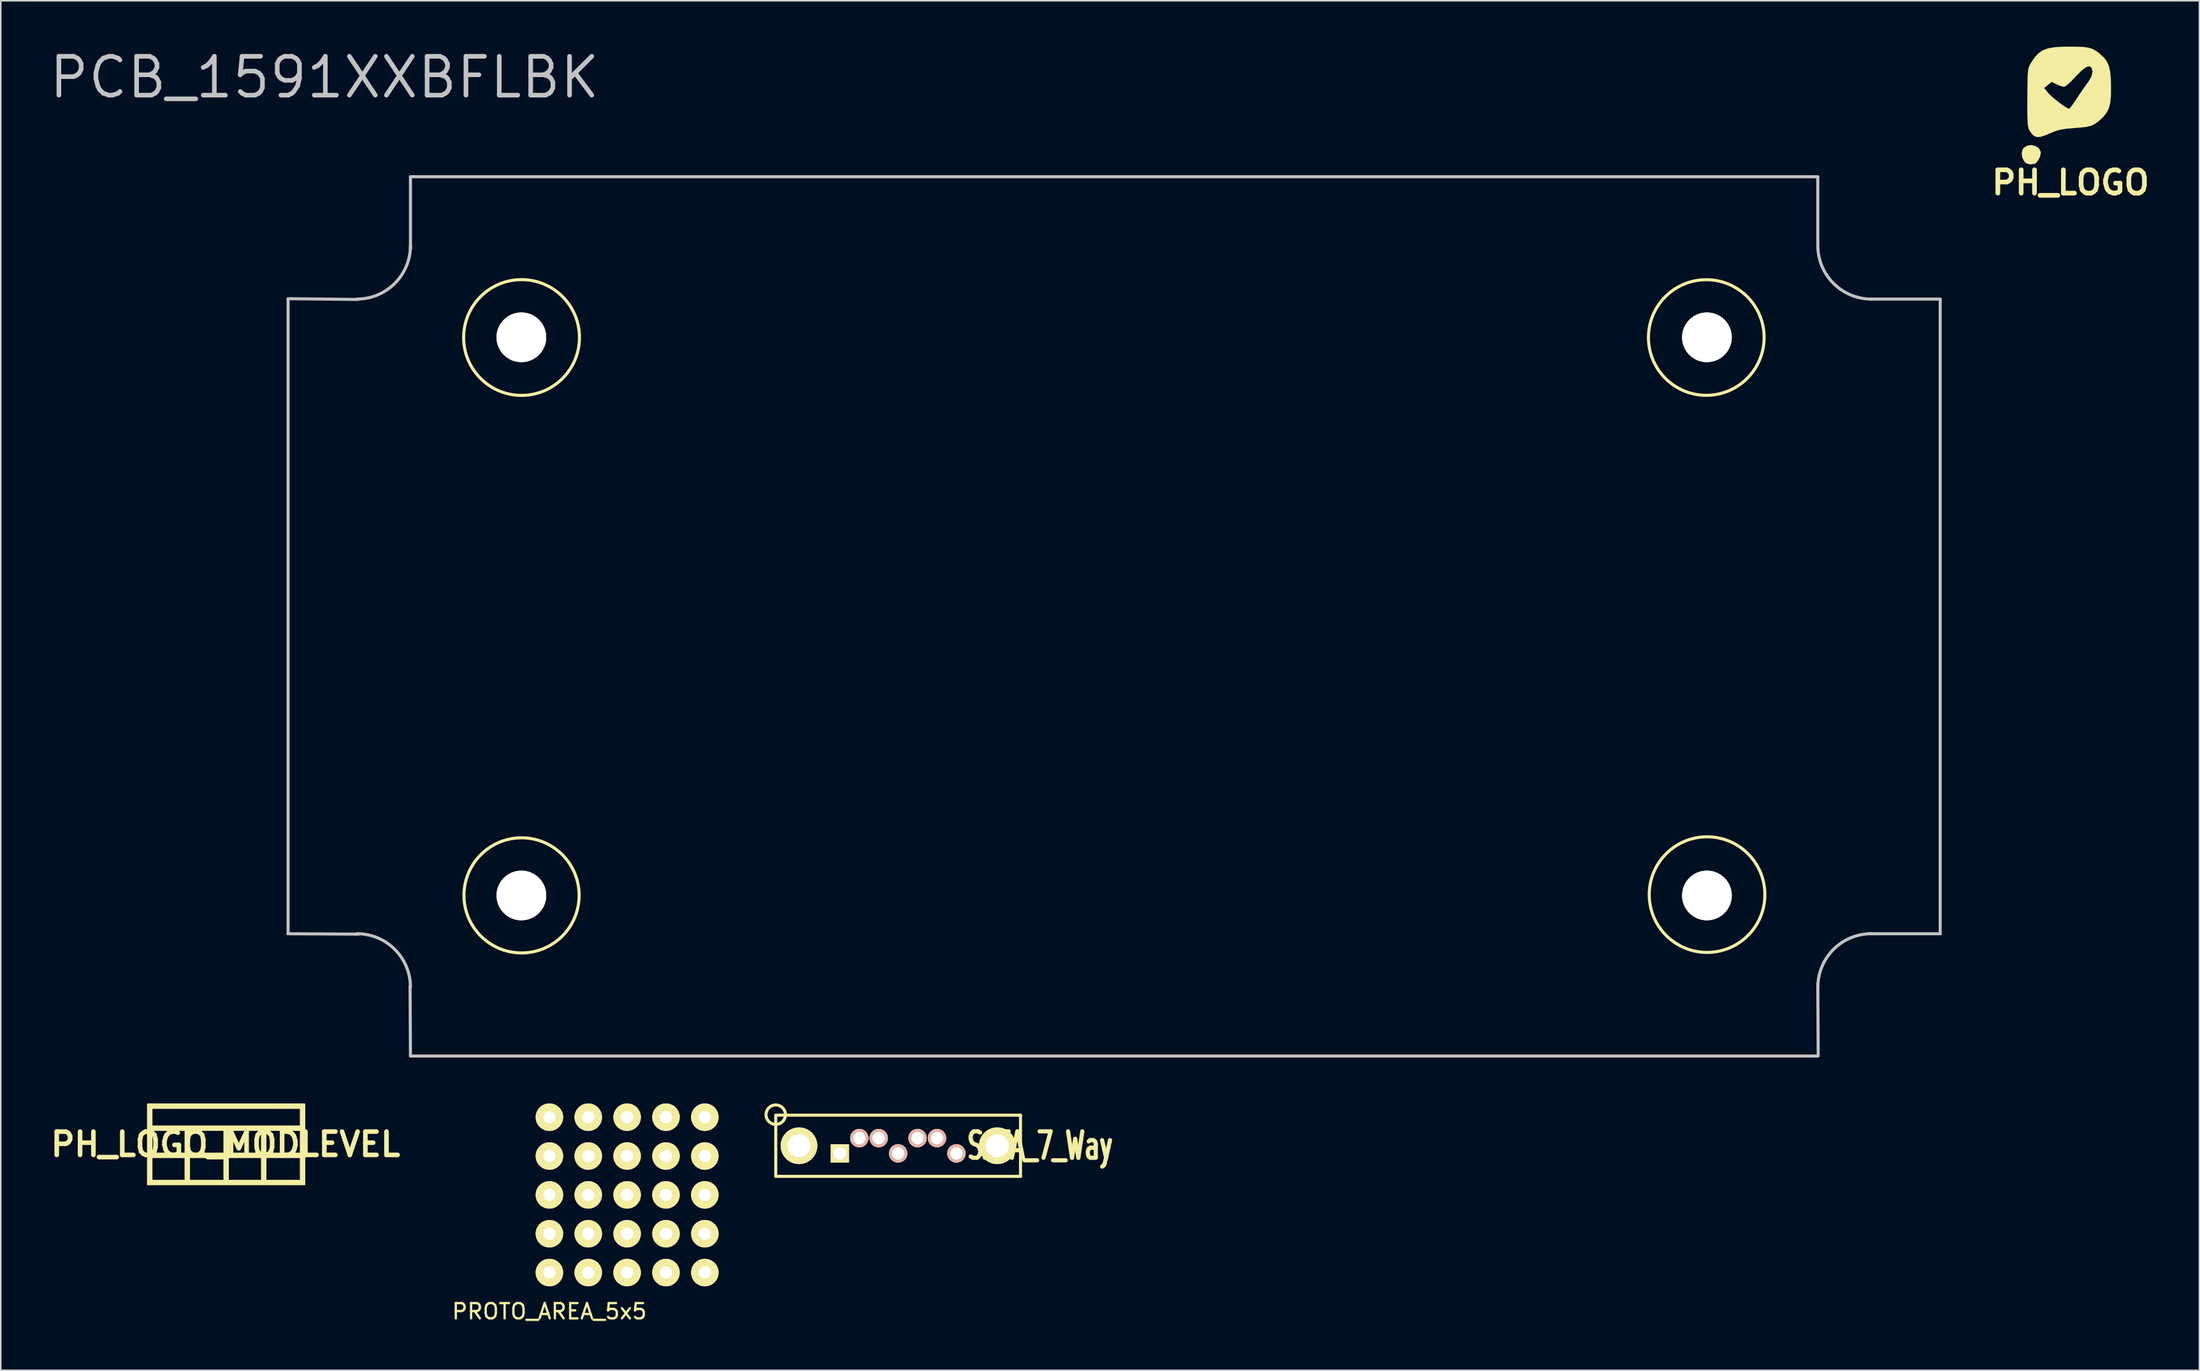
<source format=kicad_pcb>
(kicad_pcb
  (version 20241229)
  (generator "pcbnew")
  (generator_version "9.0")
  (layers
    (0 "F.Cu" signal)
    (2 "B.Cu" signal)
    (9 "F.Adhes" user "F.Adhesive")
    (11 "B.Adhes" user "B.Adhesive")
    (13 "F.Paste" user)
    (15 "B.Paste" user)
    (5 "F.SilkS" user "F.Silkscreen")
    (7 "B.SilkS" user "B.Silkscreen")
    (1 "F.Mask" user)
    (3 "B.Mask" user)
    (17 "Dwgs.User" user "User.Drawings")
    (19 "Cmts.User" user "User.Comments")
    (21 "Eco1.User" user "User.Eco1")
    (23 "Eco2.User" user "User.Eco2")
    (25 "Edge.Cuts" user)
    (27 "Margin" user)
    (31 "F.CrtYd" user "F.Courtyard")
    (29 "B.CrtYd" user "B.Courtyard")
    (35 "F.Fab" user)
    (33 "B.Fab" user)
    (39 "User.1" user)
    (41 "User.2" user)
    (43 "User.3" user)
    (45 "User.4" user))
  (footprint "PCB_1591XXBFLBK"
    (layer "F.Cu")
    (at 15.782 8.508)
    (property "Reference" "PCB_1591XXBFLBK" (at 2.375 -6.496 180) (layer "Dwgs.User") (effects (font (size 2.54 2.54) (thickness 0.3))))
    (attr exclude_from_pos_files exclude_from_bom)
    (fp_circle (center 15.262 10.513) (end 18.962 11.313) (stroke (width 0.2) (type solid)) (fill no) (layer "F.SilkS"))
    (fp_circle (center 15.262 46.994) (end 18.162 49.394) (stroke (width 0.2) (type solid)) (fill no) (layer "F.SilkS"))
    (fp_circle (center 92.708 10.513) (end 95.008 13.513) (stroke (width 0.2) (type solid)) (fill no) (layer "F.SilkS"))
    (fp_circle (center 92.759 46.944) (end 95.059 49.944) (stroke (width 0.2) (type solid)) (fill no) (layer "F.SilkS"))
    (fp_line (start -0.001 7.975) (end 4.571 8.025) (stroke (width 0.2) (type solid)) (layer "Dwgs.User"))
    (fp_line (start -0.001 49.504) (end 4.622 49.529) (stroke (width 0.2) (type solid)) (layer "Dwgs.User"))
    (fp_line (start 0 8) (end 0 49.5) (stroke (width 0.2) (type solid)) (layer "Dwgs.User"))
    (fp_line (start 8 -0.001) (end 8 4.749) (stroke (width 0.2) (type solid)) (layer "Dwgs.User"))
    (fp_line (start 8 0) (end 100 0) (stroke (width 0.2) (type solid)) (layer "Dwgs.User"))
    (fp_line (start 8 57.479) (end 7.975 52.933) (stroke (width 0.2) (type solid)) (layer "Dwgs.User"))
    (fp_line (start 8 57.5) (end 100 57.5) (stroke (width 0.2) (type solid)) (layer "Dwgs.User"))
    (fp_line (start 99.999 0.024) (end 99.999 4.215) (stroke (width 0.2) (type solid)) (layer "Dwgs.User"))
    (fp_line (start 99.999 4.215) (end 99.999 4.495) (stroke (width 0.2) (type solid)) (layer "Dwgs.User"))
    (fp_line (start 100.024 57.479) (end 99.999 52.78) (stroke (width 0.2) (type solid)) (layer "Dwgs.User"))
    (fp_line (start 103.453 8) (end 103.707 8) (stroke (width 0.2) (type solid)) (layer "Dwgs.User"))
    (fp_line (start 103.682 8) (end 108 8) (stroke (width 0.2) (type solid)) (layer "Dwgs.User"))
    (fp_line (start 108 49.504) (end 103.377 49.504) (stroke (width 0.2) (type solid)) (layer "Dwgs.User"))
    (fp_line (start 108 8) (end 108 49.5) (stroke (width 0.2) (type solid)) (layer "Dwgs.User"))
    (fp_arc (start 4.5 49.5) (mid 6.974874 50.525126) (end 8 53) (stroke (width 0.2) (type solid)) (layer "Dwgs.User"))
    (fp_arc (start 8 4.5) (mid 6.974874 6.974874) (end 4.5 8) (stroke (width 0.2) (type solid)) (layer "Dwgs.User"))
    (fp_arc (start 100 53) (mid 101.025126 50.525126) (end 103.5 49.5) (stroke (width 0.2) (type solid)) (layer "Dwgs.User"))
    (fp_arc (start 103.5 8) (mid 101.025126 6.974874) (end 100 4.5) (stroke (width 0.2) (type solid)) (layer "Dwgs.User"))
    (pad "" np_thru_hole circle (at 15.25 10.5) (size 3.25 3.25) (drill 3.25) (layers "*.Cu" "*.Mask" "F.SilkS"))
    (pad "" np_thru_hole circle (at 15.25 47) (size 3.25 3.25) (drill 3.25) (layers "*.Cu" "*.Mask" "F.SilkS"))
    (pad "" np_thru_hole circle (at 92.75 10.5) (size 3.25 3.25) (drill 3.25) (layers "*.Cu" "*.Mask" "F.SilkS"))
    (pad "" np_thru_hole circle (at 92.75 47) (size 3.25 3.25) (drill 3.25) (layers "*.Cu" "*.Mask" "F.SilkS")))
  (footprint "PH_LOGO_MODLEVEL"
    (layer "F.Cu")
    (at 11.691 71.783)
    (property "Reference" "PH_LOGO_MODLEVEL" (at 0 0 0) (layer "F.SilkS") (effects (font (size 1.524 1.524) (thickness 0.3))))
    (attr through_hole)
    (fp_poly (pts (xy 5.165 2.625) (xy 4.911 2.625) (xy 4.911 2.371) (xy 4.911 1.609) (xy 4.911 0.847) (xy 4.911 0.593) (xy 4.911 -0.169) (xy 4.911 -0.931) (xy 4.911 -1.185) (xy 4.911 -1.778) (xy 4.911 -2.371) (xy 0.042 -2.371) (xy -4.826 -2.371) (xy -4.826 -1.778) (xy -4.826 -1.185) (xy 0.042 -1.185) (xy 4.911 -1.185) (xy 4.911 -0.931) (xy 3.768 -0.931) (xy 2.625 -0.931) (xy 2.625 -0.169) (xy 2.625 0.593) (xy 3.768 0.593) (xy 4.911 0.593) (xy 4.911 0.847) (xy 3.768 0.847) (xy 2.625 0.847) (xy 2.625 1.609) (xy 2.625 2.371) (xy 3.768 2.371) (xy 4.911 2.371) (xy 4.911 2.625) (xy 2.371 2.625) (xy 2.371 2.371) (xy 2.371 1.609) (xy 2.371 0.847) (xy 2.371 0.593) (xy 2.371 -0.169) (xy 2.371 -0.931) (xy 1.27 -0.931) (xy 0.169 -0.931) (xy 0.169 -0.169) (xy 0.169 0.593) (xy 1.27 0.593) (xy 2.371 0.593) (xy 2.371 0.847) (xy 1.27 0.847) (xy 0.169 0.847) (xy 0.169 1.609) (xy 0.169 2.371) (xy 1.27 2.371) (xy 2.371 2.371) (xy 2.371 2.625) (xy 0.042 2.625) (xy -0.085 2.625) (xy -0.085 2.371) (xy -0.085 1.609) (xy -0.085 0.847) (xy -0.085 0.593) (xy -0.085 -0.169) (xy -0.085 -0.931) (xy -1.228 -0.931) (xy -2.371 -0.931) (xy -2.371 -0.169) (xy -2.371 0.593) (xy -1.228 0.593) (xy -0.085 0.593) (xy -0.085 0.847) (xy -1.228 0.847) (xy -2.371 0.847) (xy -2.371 1.609) (xy -2.371 2.371) (xy -1.228 2.371) (xy -0.085 2.371) (xy -0.085 2.625) (xy -2.625 2.625) (xy -2.625 2.371) (xy -2.625 1.609) (xy -2.625 0.847) (xy -2.625 0.593) (xy -2.625 -0.169) (xy -2.625 -0.931) (xy -3.725 -0.931) (xy -4.826 -0.931) (xy -4.826 -0.169) (xy -4.826 0.593) (xy -3.725 0.593) (xy -2.625 0.593) (xy -2.625 0.847) (xy -3.725 0.847) (xy -4.826 0.847) (xy -4.826 1.609) (xy -4.826 2.371) (xy -3.725 2.371) (xy -2.625 2.371) (xy -2.625 2.625) (xy -5.08 2.625) (xy -5.08 0) (xy -5.08 -2.625) (xy 0.042 -2.625) (xy 5.165 -2.625) (xy 5.165 0) (xy 5.165 2.625)) (stroke (width 0.1) (type solid)) (fill yes) (layer "F.SilkS")))
  (footprint "PH_LOGO"
    (layer "F.Cu")
    (at 132.304 3.895)
    (property "Reference" "PH_LOGO" (at 0 4.994 0) (layer "F.SilkS") (effects (font (size 1.524 1.524) (thickness 0.305))))
    (attr through_hole)
    (fp_poly (pts (xy -1.946 3.053) (xy -1.994 3.287) (xy -2.111 3.531) (xy -2.261 3.713) (xy -2.332 3.757) (xy -2.639 3.807) (xy -2.903 3.729) (xy -2.995 3.653) (xy -3.15 3.386) (xy -3.195 3.089) (xy -3.132 2.822) (xy -3.058 2.72) (xy -2.819 2.576) (xy -2.545 2.545) (xy -2.276 2.611) (xy -2.065 2.761) (xy -1.953 2.979) (xy -1.946 3.053)) (stroke (width 0.003) (type solid)) (fill yes) (layer "F.SilkS"))
    (fp_poly (pts (xy 2.644 -1.3) (xy 2.639 -0.709) (xy 2.598 -0.249) (xy 2.512 0.112) (xy 2.367 0.409) (xy 2.156 0.678) (xy 1.956 0.871) (xy 1.73 1.064) (xy 1.516 1.201) (xy 1.438 1.232) (xy 1.438 -2.271) (xy 1.364 -2.53) (xy 1.227 -2.616) (xy 1.019 -2.555) (xy 0.734 -2.347) (xy 0.376 -1.989) (xy 0.3 -1.905) (xy 0.015 -1.605) (xy -0.224 -1.389) (xy -0.394 -1.28) (xy -0.434 -1.27) (xy -0.612 -1.308) (xy -0.851 -1.4) (xy -0.914 -1.43) (xy -1.229 -1.59) (xy -1.478 -1.392) (xy -1.73 -1.191) (xy -1.468 -0.871) (xy -1.306 -0.704) (xy -1.069 -0.495) (xy -0.792 -0.274) (xy -0.518 -0.071) (xy -0.282 0.084) (xy -0.124 0.165) (xy -0.097 0.17) (xy -0.025 0.104) (xy 0.112 -0.076) (xy 0.292 -0.335) (xy 0.414 -0.518) (xy 0.65 -0.871) (xy 0.889 -1.219) (xy 1.092 -1.504) (xy 1.153 -1.582) (xy 1.367 -1.946) (xy 1.438 -2.271) (xy 1.438 1.232) (xy 1.28 1.295) (xy 0.98 1.359) (xy 0.579 1.402) (xy 0.213 1.43) (xy -0.257 1.471) (xy -0.612 1.524) (xy -0.917 1.603) (xy -1.227 1.722) (xy -1.326 1.763) (xy -1.707 1.923) (xy -1.976 2.004) (xy -2.174 2.019) (xy -2.339 1.968) (xy -2.393 1.941) (xy -2.532 1.808) (xy -2.675 1.605) (xy -2.687 1.585) (xy -2.736 1.476) (xy -2.774 1.341) (xy -2.799 1.156) (xy -2.814 0.894) (xy -2.824 0.536) (xy -2.827 0.053) (xy -2.824 -0.569) (xy -2.819 -1.181) (xy -2.812 -1.651) (xy -2.802 -1.999) (xy -2.784 -2.25) (xy -2.758 -2.436) (xy -2.72 -2.573) (xy -2.667 -2.69) (xy -2.598 -2.814) (xy -2.355 -3.183) (xy -2.103 -3.462) (xy -1.814 -3.658) (xy -1.458 -3.787) (xy -1.006 -3.861) (xy -0.427 -3.891) (xy -0.091 -3.894) (xy 0.45 -3.889) (xy 0.859 -3.871) (xy 1.166 -3.828) (xy 1.41 -3.754) (xy 1.626 -3.642) (xy 1.847 -3.48) (xy 1.915 -3.424) (xy 2.184 -3.175) (xy 2.38 -2.913) (xy 2.512 -2.606) (xy 2.593 -2.217) (xy 2.634 -1.717) (xy 2.644 -1.3)) (stroke (width 0.003) (type solid)) (fill yes) (layer "F.SilkS")))
  (footprint "PROTO_AREA_5x5"
    (layer "F.Cu")
    (at 32.865 70.008)
    (property "Reference" "PROTO_AREA_5x5" (at 0 12.7 0) (layer "F.SilkS") (effects (font (size 1 1) (thickness 0.15))))
    (attr through_hole)
    (pad "1" thru_hole circle (at 0 0) (size 1.8 1.8) (drill 0.8) (layers "*.Cu" "*.Mask" "F.SilkS"))
    (pad "1" thru_hole circle (at 0 2.54) (size 1.8 1.8) (drill 0.8) (layers "*.Cu" "*.Mask" "F.SilkS"))
    (pad "1" thru_hole circle (at 0 5.08) (size 1.8 1.8) (drill 0.8) (layers "*.Cu" "*.Mask" "F.SilkS"))
    (pad "1" thru_hole circle (at 0 7.62) (size 1.8 1.8) (drill 0.8) (layers "*.Cu" "*.Mask" "F.SilkS"))
    (pad "1" thru_hole circle (at 0 10.16) (size 1.8 1.8) (drill 0.8) (layers "*.Cu" "*.Mask" "F.SilkS"))
    (pad "1" thru_hole circle (at 2.54 0) (size 1.8 1.8) (drill 0.8) (layers "*.Cu" "*.Mask" "F.SilkS"))
    (pad "1" thru_hole circle (at 2.54 2.54) (size 1.8 1.8) (drill 0.8) (layers "*.Cu" "*.Mask" "F.SilkS"))
    (pad "1" thru_hole circle (at 2.54 5.08) (size 1.8 1.8) (drill 0.8) (layers "*.Cu" "*.Mask" "F.SilkS"))
    (pad "1" thru_hole circle (at 2.54 7.62) (size 1.8 1.8) (drill 0.8) (layers "*.Cu" "*.Mask" "F.SilkS"))
    (pad "1" thru_hole circle (at 2.54 10.16) (size 1.8 1.8) (drill 0.8) (layers "*.Cu" "*.Mask" "F.SilkS"))
    (pad "1" thru_hole circle (at 5.08 0) (size 1.8 1.8) (drill 0.8) (layers "*.Cu" "*.Mask" "F.SilkS"))
    (pad "1" thru_hole circle (at 5.08 2.54) (size 1.8 1.8) (drill 0.8) (layers "*.Cu" "*.Mask" "F.SilkS"))
    (pad "1" thru_hole circle (at 5.08 5.08) (size 1.8 1.8) (drill 0.8) (layers "*.Cu" "*.Mask" "F.SilkS"))
    (pad "1" thru_hole circle (at 5.08 7.62) (size 1.8 1.8) (drill 0.8) (layers "*.Cu" "*.Mask" "F.SilkS"))
    (pad "1" thru_hole circle (at 5.08 10.16) (size 1.8 1.8) (drill 0.8) (layers "*.Cu" "*.Mask" "F.SilkS"))
    (pad "1" thru_hole circle (at 7.62 0) (size 1.8 1.8) (drill 0.8) (layers "*.Cu" "*.Mask" "F.SilkS"))
    (pad "1" thru_hole circle (at 7.62 2.54) (size 1.8 1.8) (drill 0.8) (layers "*.Cu" "*.Mask" "F.SilkS"))
    (pad "1" thru_hole circle (at 7.62 5.08) (size 1.8 1.8) (drill 0.8) (layers "*.Cu" "*.Mask" "F.SilkS"))
    (pad "1" thru_hole circle (at 7.62 7.62) (size 1.8 1.8) (drill 0.8) (layers "*.Cu" "*.Mask" "F.SilkS"))
    (pad "1" thru_hole circle (at 7.62 10.16) (size 1.8 1.8) (drill 0.8) (layers "*.Cu" "*.Mask" "F.SilkS"))
    (pad "1" thru_hole circle (at 10.16 0) (size 1.8 1.8) (drill 0.8) (layers "*.Cu" "*.Mask" "F.SilkS"))
    (pad "1" thru_hole circle (at 10.16 2.54) (size 1.8 1.8) (drill 0.8) (layers "*.Cu" "*.Mask" "F.SilkS"))
    (pad "1" thru_hole circle (at 10.16 5.08) (size 1.8 1.8) (drill 0.8) (layers "*.Cu" "*.Mask" "F.SilkS"))
    (pad "1" thru_hole circle (at 10.16 7.62) (size 1.8 1.8) (drill 0.8) (layers "*.Cu" "*.Mask" "F.SilkS"))
    (pad "1" thru_hole circle (at 10.16 10.16) (size 1.8 1.8) (drill 0.8) (layers "*.Cu" "*.Mask" "F.SilkS")))
  (footprint "SATA_7_Way"
    (layer "F.Cu")
    (at 55.661 71.875)
    (property "Reference" "SATA_7_Way" (at 9.271 0 0) (layer "F.SilkS") (effects (font (size 1.73 1.087) (thickness 0.272))))
    (attr through_hole)
    (fp_line (start -8 -2) (end 8 -2) (stroke (width 0.2) (type solid)) (layer "F.SilkS"))
    (fp_line (start -8 2) (end -8 -2) (stroke (width 0.2) (type solid)) (layer "F.SilkS"))
    (fp_line (start 8 -2) (end 8 2) (stroke (width 0.2) (type solid)) (layer "F.SilkS"))
    (fp_line (start 8 2) (end -8 2) (stroke (width 0.2) (type solid)) (layer "F.SilkS"))
    (fp_circle (center -8.001 -2.032) (end -7.493 -1.651) (stroke (width 0.2) (type solid)) (fill no) (layer "F.SilkS"))
    (pad "" thru_hole circle (at -6.48 0) (size 2.4 2.4) (drill 1.5) (layers "*.Cu" "*.Mask" "F.SilkS"))
    (pad "" thru_hole circle (at 6.48 0) (size 2.4 2.4) (drill 1.5) (layers "*.Cu" "*.Mask" "F.SilkS"))
    (pad "1" thru_hole rect (at -3.81 0.5) (size 1.2 1.2) (drill 0.813) (layers "*.Cu" "*.Mask" "F.SilkS"))
    (pad "2" thru_hole circle (at -2.54 -0.5) (size 1.2 1.2) (drill 0.813) (layers "*.Cu" "*.SilkS" "*.Mask"))
    (pad "3" thru_hole circle (at -1.27 -0.5) (size 1.2 1.2) (drill 0.813) (layers "*.Cu" "*.SilkS" "*.Mask"))
    (pad "4" thru_hole circle (at 0 0.5) (size 1.2 1.2) (drill 0.813) (layers "*.Cu" "*.SilkS" "*.Mask"))
    (pad "5" thru_hole circle (at 1.27 -0.5) (size 1.2 1.2) (drill 0.813) (layers "*.Cu" "*.SilkS" "*.Mask"))
    (pad "6" thru_hole circle (at 2.54 -0.5) (size 1.2 1.2) (drill 0.813) (layers "*.Cu" "*.SilkS" "*.Mask"))
    (pad "7" thru_hole circle (at 3.81 0.5) (size 1.2 1.2) (drill 0.813) (layers "*.Cu" "*.SilkS" "*.Mask")))
  (gr_rect
    (start -3 -3)
    (end 140.725 86.557)
    (stroke (width 0.1) (type default))
    (fill no)
    (layer "Edge.Cuts")))
</source>
